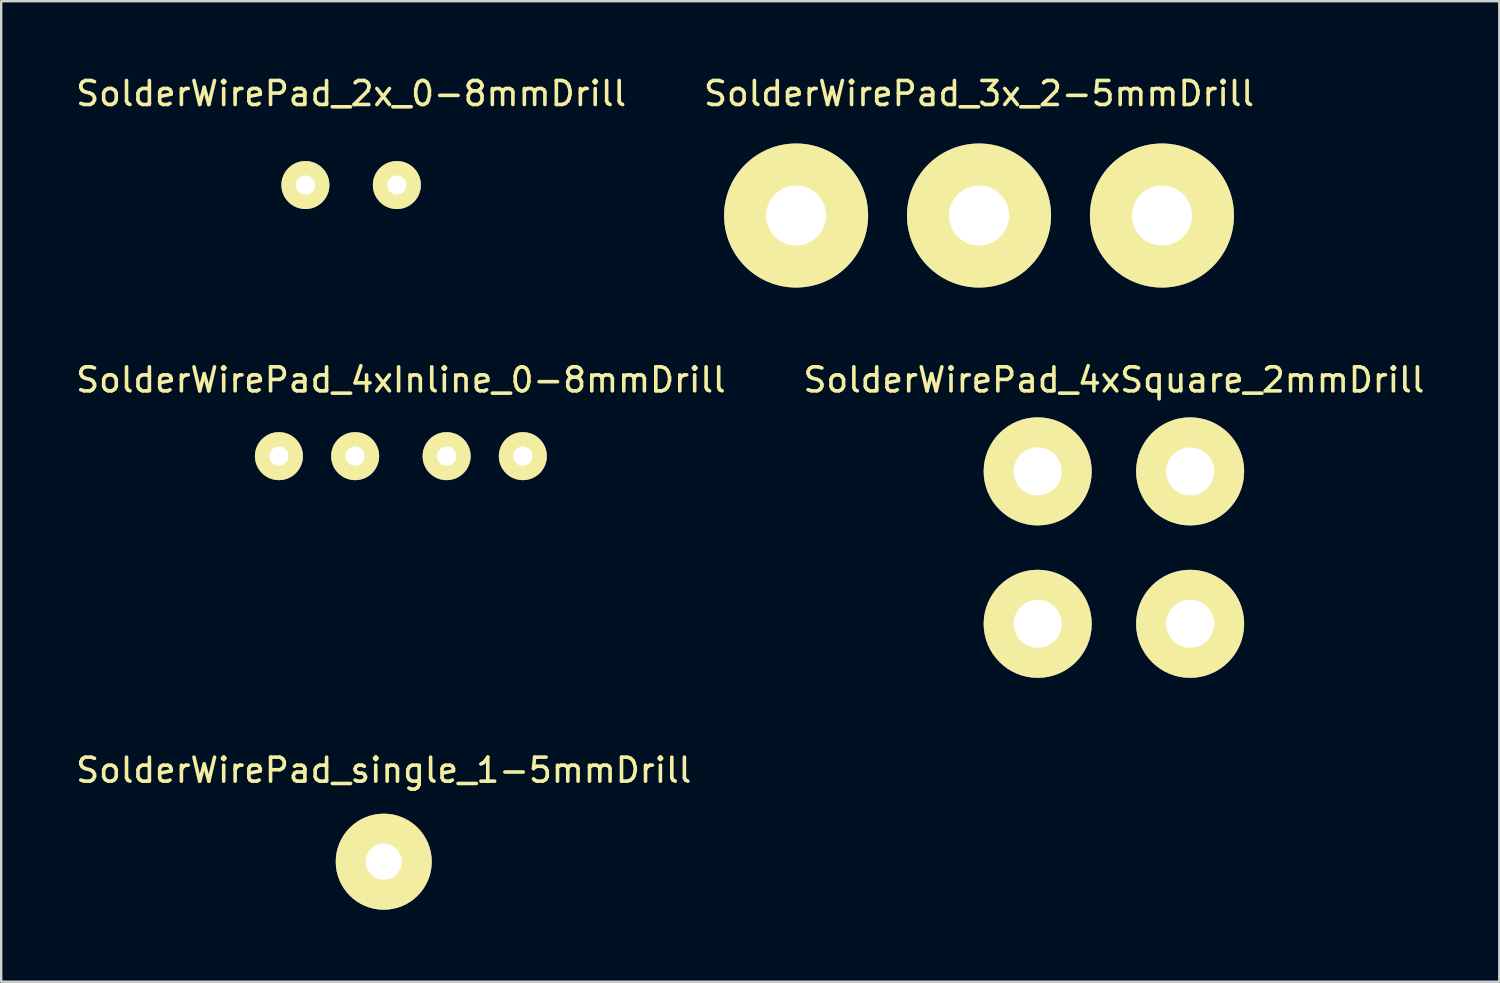
<source format=kicad_pcb>
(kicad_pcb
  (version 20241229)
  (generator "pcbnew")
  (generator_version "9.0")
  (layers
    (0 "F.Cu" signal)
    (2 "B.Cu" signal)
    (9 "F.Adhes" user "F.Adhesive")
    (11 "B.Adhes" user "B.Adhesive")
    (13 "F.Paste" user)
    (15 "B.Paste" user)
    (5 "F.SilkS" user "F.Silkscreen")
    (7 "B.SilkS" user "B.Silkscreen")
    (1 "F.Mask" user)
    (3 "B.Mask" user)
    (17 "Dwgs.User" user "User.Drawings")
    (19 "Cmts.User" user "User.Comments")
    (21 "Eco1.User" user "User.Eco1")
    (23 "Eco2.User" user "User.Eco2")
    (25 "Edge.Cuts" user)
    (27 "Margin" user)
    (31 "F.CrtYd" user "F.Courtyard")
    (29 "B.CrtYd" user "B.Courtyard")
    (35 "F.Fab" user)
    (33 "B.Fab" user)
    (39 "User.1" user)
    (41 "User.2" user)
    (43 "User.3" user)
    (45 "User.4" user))
  (footprint "SolderWirePad_4xSquare_2mmDrill"
    (layer "F.Cu")
    (at 43.351 19.761)
    (property "Reference" "SolderWirePad_4xSquare_2mmDrill" (at 0 -6.985 0) (layer "F.SilkS") (effects (font (size 1 1) (thickness 0.15))))
    (attr through_hole)
    (pad "1" thru_hole circle (at -3.175 -3.175) (size 4.501 4.501) (drill 1.999) (layers "*.Cu" "*.Mask" "F.SilkS"))
    (pad "1" thru_hole circle (at -3.175 3.175) (size 4.501 4.501) (drill 1.999) (layers "*.Cu" "*.Mask" "F.SilkS"))
    (pad "1" thru_hole circle (at 3.175 -3.175) (size 4.501 4.501) (drill 1.999) (layers "*.Cu" "*.Mask" "F.SilkS"))
    (pad "1" thru_hole circle (at 3.175 3.175) (size 4.501 4.501) (drill 1.999) (layers "*.Cu" "*.Mask" "F.SilkS")))
  (footprint "SolderWirePad_single_1-5mmDrill"
    (layer "F.Cu")
    (at 12.935 32.845)
    (property "Reference" "SolderWirePad_single_1-5mmDrill" (at 0 -3.81 0) (layer "F.SilkS") (effects (font (size 1 1) (thickness 0.15))))
    (attr through_hole)
    (pad "1" thru_hole circle (at 0 0) (size 4 4) (drill 1.501) (layers "*.Cu" "*.Mask" "F.SilkS")))
  (footprint "SolderWirePad_2x_0-8mmDrill"
    (layer "F.Cu")
    (at 11.577 4.658)
    (property "Reference" "SolderWirePad_2x_0-8mmDrill" (at 0 -3.81 0) (layer "F.SilkS") (effects (font (size 1 1) (thickness 0.15))))
    (attr through_hole)
    (pad "1" thru_hole circle (at -1.905 0) (size 1.999 1.999) (drill 0.8) (layers "*.Cu" "*.Mask" "F.SilkS"))
    (pad "1" thru_hole circle (at 1.905 0) (size 1.999 1.999) (drill 0.8) (layers "*.Cu" "*.Mask" "F.SilkS")))
  (footprint "SolderWirePad_3x_2-5mmDrill"
    (layer "F.Cu")
    (at 37.732 5.928)
    (property "Reference" "SolderWirePad_3x_2-5mmDrill" (at 0 -5.08 0) (layer "F.SilkS") (effects (font (size 1 1) (thickness 0.15))))
    (attr through_hole)
    (pad "1" thru_hole circle (at -7.62 0) (size 5.999 5.999) (drill 2.499) (layers "*.Cu" "*.Mask" "F.SilkS"))
    (pad "1" thru_hole circle (at 0 0) (size 5.999 5.999) (drill 2.499) (layers "*.Cu" "*.Mask" "F.SilkS"))
    (pad "1" thru_hole circle (at 7.62 0) (size 5.999 5.999) (drill 2.499) (layers "*.Cu" "*.Mask" "F.SilkS")))
  (footprint "SolderWirePad_4xInline_0-8mmDrill"
    (layer "F.Cu")
    (at 13.649 15.951)
    (property "Reference" "SolderWirePad_4xInline_0-8mmDrill" (at 0 -3.175 0) (layer "F.SilkS") (effects (font (size 1 1) (thickness 0.15))))
    (attr through_hole)
    (pad "1" thru_hole circle (at -5.08 0) (size 1.999 1.999) (drill 0.8) (layers "*.Cu" "*.Mask" "F.SilkS"))
    (pad "1" thru_hole circle (at -1.905 0) (size 1.999 1.999) (drill 0.8) (layers "*.Cu" "*.Mask" "F.SilkS"))
    (pad "1" thru_hole circle (at 1.905 0) (size 1.999 1.999) (drill 0.8) (layers "*.Cu" "*.Mask" "F.SilkS"))
    (pad "1" thru_hole circle (at 5.08 0) (size 1.999 1.999) (drill 0.8) (layers "*.Cu" "*.Mask" "F.SilkS")))
  (gr_rect
    (start -3 -3)
    (end 59.405 37.845)
    (stroke (width 0.1) (type default))
    (fill no)
    (layer "Edge.Cuts")))
</source>
